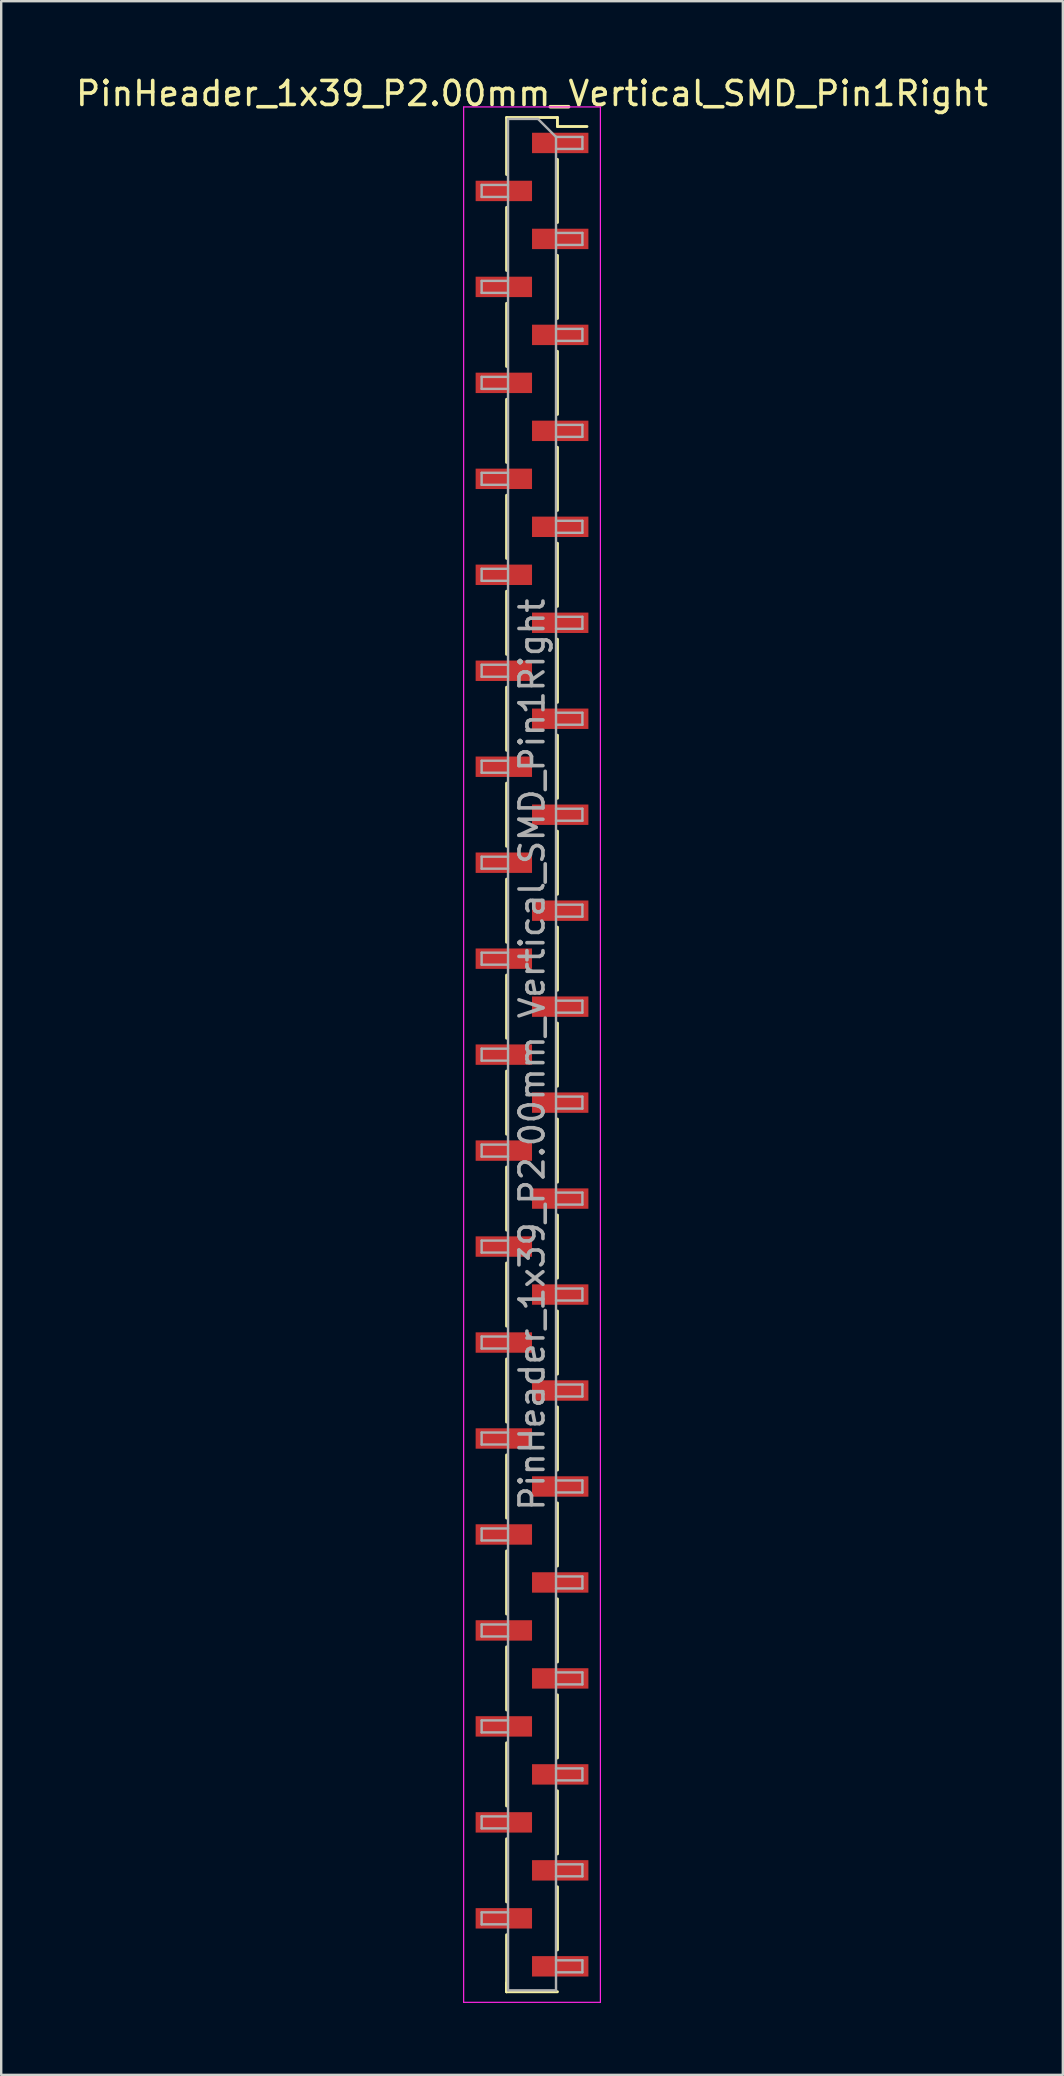
<source format=kicad_pcb>
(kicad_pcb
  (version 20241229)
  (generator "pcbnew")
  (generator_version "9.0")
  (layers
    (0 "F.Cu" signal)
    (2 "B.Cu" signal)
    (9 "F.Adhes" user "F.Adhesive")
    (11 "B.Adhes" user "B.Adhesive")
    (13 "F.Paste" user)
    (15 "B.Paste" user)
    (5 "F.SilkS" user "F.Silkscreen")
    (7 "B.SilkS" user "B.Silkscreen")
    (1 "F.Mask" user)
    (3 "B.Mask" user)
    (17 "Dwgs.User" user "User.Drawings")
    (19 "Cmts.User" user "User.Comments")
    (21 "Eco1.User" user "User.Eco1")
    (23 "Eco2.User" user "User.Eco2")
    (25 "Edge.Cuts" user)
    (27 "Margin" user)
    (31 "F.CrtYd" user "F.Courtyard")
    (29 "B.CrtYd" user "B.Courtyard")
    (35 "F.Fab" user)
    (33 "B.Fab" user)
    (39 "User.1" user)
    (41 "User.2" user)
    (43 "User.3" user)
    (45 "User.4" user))
  (footprint "PinHeader_1x39_P2.00mm_Vertical_SMD_Pin1Right"
    (layer "F.Cu")
    (at 19.125 40.908)
    (property "Reference" "PinHeader_1x39_P2.00mm_Vertical_SMD_Pin1Right" (at 0 -40.06 0) (layer "F.SilkS") (effects (font (size 1 1) (thickness 0.15))))
    (attr smd)
    (fp_line (start -1.06 -39.06) (end -1.06 -36.685) (stroke (width 0.12) (type solid)) (layer "F.SilkS"))
    (fp_line (start -1.06 -39.06) (end 1.06 -39.06) (stroke (width 0.12) (type solid)) (layer "F.SilkS"))
    (fp_line (start -1.06 -35.315) (end -1.06 -32.685) (stroke (width 0.12) (type solid)) (layer "F.SilkS"))
    (fp_line (start -1.06 -31.315) (end -1.06 -28.685) (stroke (width 0.12) (type solid)) (layer "F.SilkS"))
    (fp_line (start -1.06 -27.315) (end -1.06 -24.685) (stroke (width 0.12) (type solid)) (layer "F.SilkS"))
    (fp_line (start -1.06 -23.315) (end -1.06 -20.685) (stroke (width 0.12) (type solid)) (layer "F.SilkS"))
    (fp_line (start -1.06 -19.315) (end -1.06 -16.685) (stroke (width 0.12) (type solid)) (layer "F.SilkS"))
    (fp_line (start -1.06 -15.315) (end -1.06 -12.685) (stroke (width 0.12) (type solid)) (layer "F.SilkS"))
    (fp_line (start -1.06 -11.315) (end -1.06 -8.685) (stroke (width 0.12) (type solid)) (layer "F.SilkS"))
    (fp_line (start -1.06 -7.315) (end -1.06 -4.685) (stroke (width 0.12) (type solid)) (layer "F.SilkS"))
    (fp_line (start -1.06 -3.315) (end -1.06 -0.685) (stroke (width 0.12) (type solid)) (layer "F.SilkS"))
    (fp_line (start -1.06 0.685) (end -1.06 3.315) (stroke (width 0.12) (type solid)) (layer "F.SilkS"))
    (fp_line (start -1.06 4.685) (end -1.06 7.315) (stroke (width 0.12) (type solid)) (layer "F.SilkS"))
    (fp_line (start -1.06 8.685) (end -1.06 11.315) (stroke (width 0.12) (type solid)) (layer "F.SilkS"))
    (fp_line (start -1.06 12.685) (end -1.06 15.315) (stroke (width 0.12) (type solid)) (layer "F.SilkS"))
    (fp_line (start -1.06 16.685) (end -1.06 19.315) (stroke (width 0.12) (type solid)) (layer "F.SilkS"))
    (fp_line (start -1.06 20.685) (end -1.06 23.315) (stroke (width 0.12) (type solid)) (layer "F.SilkS"))
    (fp_line (start -1.06 24.685) (end -1.06 27.315) (stroke (width 0.12) (type solid)) (layer "F.SilkS"))
    (fp_line (start -1.06 28.685) (end -1.06 31.315) (stroke (width 0.12) (type solid)) (layer "F.SilkS"))
    (fp_line (start -1.06 32.685) (end -1.06 35.315) (stroke (width 0.12) (type solid)) (layer "F.SilkS"))
    (fp_line (start -1.06 36.685) (end -1.06 39.06) (stroke (width 0.12) (type solid)) (layer "F.SilkS"))
    (fp_line (start -1.06 38.685) (end -1.06 39.06) (stroke (width 0.12) (type solid)) (layer "F.SilkS"))
    (fp_line (start -1.06 39.06) (end 1.06 39.06) (stroke (width 0.12) (type solid)) (layer "F.SilkS"))
    (fp_line (start 1.06 -39.06) (end 1.06 -38.685) (stroke (width 0.12) (type solid)) (layer "F.SilkS"))
    (fp_line (start 1.06 -38.685) (end 2.29 -38.685) (stroke (width 0.12) (type solid)) (layer "F.SilkS"))
    (fp_line (start 1.06 -37.315) (end 1.06 -34.685) (stroke (width 0.12) (type solid)) (layer "F.SilkS"))
    (fp_line (start 1.06 -33.315) (end 1.06 -30.685) (stroke (width 0.12) (type solid)) (layer "F.SilkS"))
    (fp_line (start 1.06 -29.315) (end 1.06 -26.685) (stroke (width 0.12) (type solid)) (layer "F.SilkS"))
    (fp_line (start 1.06 -25.315) (end 1.06 -22.685) (stroke (width 0.12) (type solid)) (layer "F.SilkS"))
    (fp_line (start 1.06 -21.315) (end 1.06 -18.685) (stroke (width 0.12) (type solid)) (layer "F.SilkS"))
    (fp_line (start 1.06 -17.315) (end 1.06 -14.685) (stroke (width 0.12) (type solid)) (layer "F.SilkS"))
    (fp_line (start 1.06 -13.315) (end 1.06 -10.685) (stroke (width 0.12) (type solid)) (layer "F.SilkS"))
    (fp_line (start 1.06 -9.315) (end 1.06 -6.685) (stroke (width 0.12) (type solid)) (layer "F.SilkS"))
    (fp_line (start 1.06 -5.315) (end 1.06 -2.685) (stroke (width 0.12) (type solid)) (layer "F.SilkS"))
    (fp_line (start 1.06 -1.315) (end 1.06 1.315) (stroke (width 0.12) (type solid)) (layer "F.SilkS"))
    (fp_line (start 1.06 2.685) (end 1.06 5.315) (stroke (width 0.12) (type solid)) (layer "F.SilkS"))
    (fp_line (start 1.06 6.685) (end 1.06 9.315) (stroke (width 0.12) (type solid)) (layer "F.SilkS"))
    (fp_line (start 1.06 10.685) (end 1.06 13.315) (stroke (width 0.12) (type solid)) (layer "F.SilkS"))
    (fp_line (start 1.06 14.685) (end 1.06 17.315) (stroke (width 0.12) (type solid)) (layer "F.SilkS"))
    (fp_line (start 1.06 18.685) (end 1.06 21.315) (stroke (width 0.12) (type solid)) (layer "F.SilkS"))
    (fp_line (start 1.06 22.685) (end 1.06 25.315) (stroke (width 0.12) (type solid)) (layer "F.SilkS"))
    (fp_line (start 1.06 26.685) (end 1.06 29.315) (stroke (width 0.12) (type solid)) (layer "F.SilkS"))
    (fp_line (start 1.06 30.685) (end 1.06 33.315) (stroke (width 0.12) (type solid)) (layer "F.SilkS"))
    (fp_line (start 1.06 34.685) (end 1.06 37.315) (stroke (width 0.12) (type solid)) (layer "F.SilkS"))
    (fp_line (start -2.85 -39.5) (end -2.85 39.5) (stroke (width 0.05) (type solid)) (layer "F.CrtYd"))
    (fp_line (start -2.85 39.5) (end 2.85 39.5) (stroke (width 0.05) (type solid)) (layer "F.CrtYd"))
    (fp_line (start 2.85 -39.5) (end -2.85 -39.5) (stroke (width 0.05) (type solid)) (layer "F.CrtYd"))
    (fp_line (start 2.85 39.5) (end 2.85 -39.5) (stroke (width 0.05) (type solid)) (layer "F.CrtYd"))
    (fp_line (start -2.1 -36.25) (end -2.1 -35.75) (stroke (width 0.1) (type solid)) (layer "F.Fab"))
    (fp_line (start -2.1 -35.75) (end -1 -35.75) (stroke (width 0.1) (type solid)) (layer "F.Fab"))
    (fp_line (start -2.1 -32.25) (end -2.1 -31.75) (stroke (width 0.1) (type solid)) (layer "F.Fab"))
    (fp_line (start -2.1 -31.75) (end -1 -31.75) (stroke (width 0.1) (type solid)) (layer "F.Fab"))
    (fp_line (start -2.1 -28.25) (end -2.1 -27.75) (stroke (width 0.1) (type solid)) (layer "F.Fab"))
    (fp_line (start -2.1 -27.75) (end -1 -27.75) (stroke (width 0.1) (type solid)) (layer "F.Fab"))
    (fp_line (start -2.1 -24.25) (end -2.1 -23.75) (stroke (width 0.1) (type solid)) (layer "F.Fab"))
    (fp_line (start -2.1 -23.75) (end -1 -23.75) (stroke (width 0.1) (type solid)) (layer "F.Fab"))
    (fp_line (start -2.1 -20.25) (end -2.1 -19.75) (stroke (width 0.1) (type solid)) (layer "F.Fab"))
    (fp_line (start -2.1 -19.75) (end -1 -19.75) (stroke (width 0.1) (type solid)) (layer "F.Fab"))
    (fp_line (start -2.1 -16.25) (end -2.1 -15.75) (stroke (width 0.1) (type solid)) (layer "F.Fab"))
    (fp_line (start -2.1 -15.75) (end -1 -15.75) (stroke (width 0.1) (type solid)) (layer "F.Fab"))
    (fp_line (start -2.1 -12.25) (end -2.1 -11.75) (stroke (width 0.1) (type solid)) (layer "F.Fab"))
    (fp_line (start -2.1 -11.75) (end -1 -11.75) (stroke (width 0.1) (type solid)) (layer "F.Fab"))
    (fp_line (start -2.1 -8.25) (end -2.1 -7.75) (stroke (width 0.1) (type solid)) (layer "F.Fab"))
    (fp_line (start -2.1 -7.75) (end -1 -7.75) (stroke (width 0.1) (type solid)) (layer "F.Fab"))
    (fp_line (start -2.1 -4.25) (end -2.1 -3.75) (stroke (width 0.1) (type solid)) (layer "F.Fab"))
    (fp_line (start -2.1 -3.75) (end -1 -3.75) (stroke (width 0.1) (type solid)) (layer "F.Fab"))
    (fp_line (start -2.1 -0.25) (end -2.1 0.25) (stroke (width 0.1) (type solid)) (layer "F.Fab"))
    (fp_line (start -2.1 0.25) (end -1 0.25) (stroke (width 0.1) (type solid)) (layer "F.Fab"))
    (fp_line (start -2.1 3.75) (end -2.1 4.25) (stroke (width 0.1) (type solid)) (layer "F.Fab"))
    (fp_line (start -2.1 4.25) (end -1 4.25) (stroke (width 0.1) (type solid)) (layer "F.Fab"))
    (fp_line (start -2.1 7.75) (end -2.1 8.25) (stroke (width 0.1) (type solid)) (layer "F.Fab"))
    (fp_line (start -2.1 8.25) (end -1 8.25) (stroke (width 0.1) (type solid)) (layer "F.Fab"))
    (fp_line (start -2.1 11.75) (end -2.1 12.25) (stroke (width 0.1) (type solid)) (layer "F.Fab"))
    (fp_line (start -2.1 12.25) (end -1 12.25) (stroke (width 0.1) (type solid)) (layer "F.Fab"))
    (fp_line (start -2.1 15.75) (end -2.1 16.25) (stroke (width 0.1) (type solid)) (layer "F.Fab"))
    (fp_line (start -2.1 16.25) (end -1 16.25) (stroke (width 0.1) (type solid)) (layer "F.Fab"))
    (fp_line (start -2.1 19.75) (end -2.1 20.25) (stroke (width 0.1) (type solid)) (layer "F.Fab"))
    (fp_line (start -2.1 20.25) (end -1 20.25) (stroke (width 0.1) (type solid)) (layer "F.Fab"))
    (fp_line (start -2.1 23.75) (end -2.1 24.25) (stroke (width 0.1) (type solid)) (layer "F.Fab"))
    (fp_line (start -2.1 24.25) (end -1 24.25) (stroke (width 0.1) (type solid)) (layer "F.Fab"))
    (fp_line (start -2.1 27.75) (end -2.1 28.25) (stroke (width 0.1) (type solid)) (layer "F.Fab"))
    (fp_line (start -2.1 28.25) (end -1 28.25) (stroke (width 0.1) (type solid)) (layer "F.Fab"))
    (fp_line (start -2.1 31.75) (end -2.1 32.25) (stroke (width 0.1) (type solid)) (layer "F.Fab"))
    (fp_line (start -2.1 32.25) (end -1 32.25) (stroke (width 0.1) (type solid)) (layer "F.Fab"))
    (fp_line (start -2.1 35.75) (end -2.1 36.25) (stroke (width 0.1) (type solid)) (layer "F.Fab"))
    (fp_line (start -2.1 36.25) (end -1 36.25) (stroke (width 0.1) (type solid)) (layer "F.Fab"))
    (fp_line (start -1 -39) (end -1 39) (stroke (width 0.1) (type solid)) (layer "F.Fab"))
    (fp_line (start -1 -39) (end 0.25 -39) (stroke (width 0.1) (type solid)) (layer "F.Fab"))
    (fp_line (start -1 -36.25) (end -2.1 -36.25) (stroke (width 0.1) (type solid)) (layer "F.Fab"))
    (fp_line (start -1 -32.25) (end -2.1 -32.25) (stroke (width 0.1) (type solid)) (layer "F.Fab"))
    (fp_line (start -1 -28.25) (end -2.1 -28.25) (stroke (width 0.1) (type solid)) (layer "F.Fab"))
    (fp_line (start -1 -24.25) (end -2.1 -24.25) (stroke (width 0.1) (type solid)) (layer "F.Fab"))
    (fp_line (start -1 -20.25) (end -2.1 -20.25) (stroke (width 0.1) (type solid)) (layer "F.Fab"))
    (fp_line (start -1 -16.25) (end -2.1 -16.25) (stroke (width 0.1) (type solid)) (layer "F.Fab"))
    (fp_line (start -1 -12.25) (end -2.1 -12.25) (stroke (width 0.1) (type solid)) (layer "F.Fab"))
    (fp_line (start -1 -8.25) (end -2.1 -8.25) (stroke (width 0.1) (type solid)) (layer "F.Fab"))
    (fp_line (start -1 -4.25) (end -2.1 -4.25) (stroke (width 0.1) (type solid)) (layer "F.Fab"))
    (fp_line (start -1 -0.25) (end -2.1 -0.25) (stroke (width 0.1) (type solid)) (layer "F.Fab"))
    (fp_line (start -1 3.75) (end -2.1 3.75) (stroke (width 0.1) (type solid)) (layer "F.Fab"))
    (fp_line (start -1 7.75) (end -2.1 7.75) (stroke (width 0.1) (type solid)) (layer "F.Fab"))
    (fp_line (start -1 11.75) (end -2.1 11.75) (stroke (width 0.1) (type solid)) (layer "F.Fab"))
    (fp_line (start -1 15.75) (end -2.1 15.75) (stroke (width 0.1) (type solid)) (layer "F.Fab"))
    (fp_line (start -1 19.75) (end -2.1 19.75) (stroke (width 0.1) (type solid)) (layer "F.Fab"))
    (fp_line (start -1 23.75) (end -2.1 23.75) (stroke (width 0.1) (type solid)) (layer "F.Fab"))
    (fp_line (start -1 27.75) (end -2.1 27.75) (stroke (width 0.1) (type solid)) (layer "F.Fab"))
    (fp_line (start -1 31.75) (end -2.1 31.75) (stroke (width 0.1) (type solid)) (layer "F.Fab"))
    (fp_line (start -1 35.75) (end -2.1 35.75) (stroke (width 0.1) (type solid)) (layer "F.Fab"))
    (fp_line (start 1 -38.25) (end 0.25 -39) (stroke (width 0.1) (type solid)) (layer "F.Fab"))
    (fp_line (start 1 -38.25) (end 2.1 -38.25) (stroke (width 0.1) (type solid)) (layer "F.Fab"))
    (fp_line (start 1 -34.25) (end 2.1 -34.25) (stroke (width 0.1) (type solid)) (layer "F.Fab"))
    (fp_line (start 1 -30.25) (end 2.1 -30.25) (stroke (width 0.1) (type solid)) (layer "F.Fab"))
    (fp_line (start 1 -26.25) (end 2.1 -26.25) (stroke (width 0.1) (type solid)) (layer "F.Fab"))
    (fp_line (start 1 -22.25) (end 2.1 -22.25) (stroke (width 0.1) (type solid)) (layer "F.Fab"))
    (fp_line (start 1 -18.25) (end 2.1 -18.25) (stroke (width 0.1) (type solid)) (layer "F.Fab"))
    (fp_line (start 1 -14.25) (end 2.1 -14.25) (stroke (width 0.1) (type solid)) (layer "F.Fab"))
    (fp_line (start 1 -10.25) (end 2.1 -10.25) (stroke (width 0.1) (type solid)) (layer "F.Fab"))
    (fp_line (start 1 -6.25) (end 2.1 -6.25) (stroke (width 0.1) (type solid)) (layer "F.Fab"))
    (fp_line (start 1 -2.25) (end 2.1 -2.25) (stroke (width 0.1) (type solid)) (layer "F.Fab"))
    (fp_line (start 1 1.75) (end 2.1 1.75) (stroke (width 0.1) (type solid)) (layer "F.Fab"))
    (fp_line (start 1 5.75) (end 2.1 5.75) (stroke (width 0.1) (type solid)) (layer "F.Fab"))
    (fp_line (start 1 9.75) (end 2.1 9.75) (stroke (width 0.1) (type solid)) (layer "F.Fab"))
    (fp_line (start 1 13.75) (end 2.1 13.75) (stroke (width 0.1) (type solid)) (layer "F.Fab"))
    (fp_line (start 1 17.75) (end 2.1 17.75) (stroke (width 0.1) (type solid)) (layer "F.Fab"))
    (fp_line (start 1 21.75) (end 2.1 21.75) (stroke (width 0.1) (type solid)) (layer "F.Fab"))
    (fp_line (start 1 25.75) (end 2.1 25.75) (stroke (width 0.1) (type solid)) (layer "F.Fab"))
    (fp_line (start 1 29.75) (end 2.1 29.75) (stroke (width 0.1) (type solid)) (layer "F.Fab"))
    (fp_line (start 1 33.75) (end 2.1 33.75) (stroke (width 0.1) (type solid)) (layer "F.Fab"))
    (fp_line (start 1 37.75) (end 2.1 37.75) (stroke (width 0.1) (type solid)) (layer "F.Fab"))
    (fp_line (start 1 39) (end -1 39) (stroke (width 0.1) (type solid)) (layer "F.Fab"))
    (fp_line (start 1 39) (end 1 -38.25) (stroke (width 0.1) (type solid)) (layer "F.Fab"))
    (fp_line (start 2.1 -38.25) (end 2.1 -37.75) (stroke (width 0.1) (type solid)) (layer "F.Fab"))
    (fp_line (start 2.1 -37.75) (end 1 -37.75) (stroke (width 0.1) (type solid)) (layer "F.Fab"))
    (fp_line (start 2.1 -34.25) (end 2.1 -33.75) (stroke (width 0.1) (type solid)) (layer "F.Fab"))
    (fp_line (start 2.1 -33.75) (end 1 -33.75) (stroke (width 0.1) (type solid)) (layer "F.Fab"))
    (fp_line (start 2.1 -30.25) (end 2.1 -29.75) (stroke (width 0.1) (type solid)) (layer "F.Fab"))
    (fp_line (start 2.1 -29.75) (end 1 -29.75) (stroke (width 0.1) (type solid)) (layer "F.Fab"))
    (fp_line (start 2.1 -26.25) (end 2.1 -25.75) (stroke (width 0.1) (type solid)) (layer "F.Fab"))
    (fp_line (start 2.1 -25.75) (end 1 -25.75) (stroke (width 0.1) (type solid)) (layer "F.Fab"))
    (fp_line (start 2.1 -22.25) (end 2.1 -21.75) (stroke (width 0.1) (type solid)) (layer "F.Fab"))
    (fp_line (start 2.1 -21.75) (end 1 -21.75) (stroke (width 0.1) (type solid)) (layer "F.Fab"))
    (fp_line (start 2.1 -18.25) (end 2.1 -17.75) (stroke (width 0.1) (type solid)) (layer "F.Fab"))
    (fp_line (start 2.1 -17.75) (end 1 -17.75) (stroke (width 0.1) (type solid)) (layer "F.Fab"))
    (fp_line (start 2.1 -14.25) (end 2.1 -13.75) (stroke (width 0.1) (type solid)) (layer "F.Fab"))
    (fp_line (start 2.1 -13.75) (end 1 -13.75) (stroke (width 0.1) (type solid)) (layer "F.Fab"))
    (fp_line (start 2.1 -10.25) (end 2.1 -9.75) (stroke (width 0.1) (type solid)) (layer "F.Fab"))
    (fp_line (start 2.1 -9.75) (end 1 -9.75) (stroke (width 0.1) (type solid)) (layer "F.Fab"))
    (fp_line (start 2.1 -6.25) (end 2.1 -5.75) (stroke (width 0.1) (type solid)) (layer "F.Fab"))
    (fp_line (start 2.1 -5.75) (end 1 -5.75) (stroke (width 0.1) (type solid)) (layer "F.Fab"))
    (fp_line (start 2.1 -2.25) (end 2.1 -1.75) (stroke (width 0.1) (type solid)) (layer "F.Fab"))
    (fp_line (start 2.1 -1.75) (end 1 -1.75) (stroke (width 0.1) (type solid)) (layer "F.Fab"))
    (fp_line (start 2.1 1.75) (end 2.1 2.25) (stroke (width 0.1) (type solid)) (layer "F.Fab"))
    (fp_line (start 2.1 2.25) (end 1 2.25) (stroke (width 0.1) (type solid)) (layer "F.Fab"))
    (fp_line (start 2.1 5.75) (end 2.1 6.25) (stroke (width 0.1) (type solid)) (layer "F.Fab"))
    (fp_line (start 2.1 6.25) (end 1 6.25) (stroke (width 0.1) (type solid)) (layer "F.Fab"))
    (fp_line (start 2.1 9.75) (end 2.1 10.25) (stroke (width 0.1) (type solid)) (layer "F.Fab"))
    (fp_line (start 2.1 10.25) (end 1 10.25) (stroke (width 0.1) (type solid)) (layer "F.Fab"))
    (fp_line (start 2.1 13.75) (end 2.1 14.25) (stroke (width 0.1) (type solid)) (layer "F.Fab"))
    (fp_line (start 2.1 14.25) (end 1 14.25) (stroke (width 0.1) (type solid)) (layer "F.Fab"))
    (fp_line (start 2.1 17.75) (end 2.1 18.25) (stroke (width 0.1) (type solid)) (layer "F.Fab"))
    (fp_line (start 2.1 18.25) (end 1 18.25) (stroke (width 0.1) (type solid)) (layer "F.Fab"))
    (fp_line (start 2.1 21.75) (end 2.1 22.25) (stroke (width 0.1) (type solid)) (layer "F.Fab"))
    (fp_line (start 2.1 22.25) (end 1 22.25) (stroke (width 0.1) (type solid)) (layer "F.Fab"))
    (fp_line (start 2.1 25.75) (end 2.1 26.25) (stroke (width 0.1) (type solid)) (layer "F.Fab"))
    (fp_line (start 2.1 26.25) (end 1 26.25) (stroke (width 0.1) (type solid)) (layer "F.Fab"))
    (fp_line (start 2.1 29.75) (end 2.1 30.25) (stroke (width 0.1) (type solid)) (layer "F.Fab"))
    (fp_line (start 2.1 30.25) (end 1 30.25) (stroke (width 0.1) (type solid)) (layer "F.Fab"))
    (fp_line (start 2.1 33.75) (end 2.1 34.25) (stroke (width 0.1) (type solid)) (layer "F.Fab"))
    (fp_line (start 2.1 34.25) (end 1 34.25) (stroke (width 0.1) (type solid)) (layer "F.Fab"))
    (fp_line (start 2.1 37.75) (end 2.1 38.25) (stroke (width 0.1) (type solid)) (layer "F.Fab"))
    (fp_line (start 2.1 38.25) (end 1 38.25) (stroke (width 0.1) (type solid)) (layer "F.Fab"))
    (fp_text user "${REFERENCE}" (at 0 0 90) (layer "F.Fab") (effects (font (size 1 1) (thickness 0.15))))
    (pad "1" smd rect (at 1.175 -38) (size 2.35 0.85) (layers "F.Cu" "F.Mask" "F.Paste"))
    (pad "2" smd rect (at -1.175 -36) (size 2.35 0.85) (layers "F.Cu" "F.Mask" "F.Paste"))
    (pad "3" smd rect (at 1.175 -34) (size 2.35 0.85) (layers "F.Cu" "F.Mask" "F.Paste"))
    (pad "4" smd rect (at -1.175 -32) (size 2.35 0.85) (layers "F.Cu" "F.Mask" "F.Paste"))
    (pad "5" smd rect (at 1.175 -30) (size 2.35 0.85) (layers "F.Cu" "F.Mask" "F.Paste"))
    (pad "6" smd rect (at -1.175 -28) (size 2.35 0.85) (layers "F.Cu" "F.Mask" "F.Paste"))
    (pad "7" smd rect (at 1.175 -26) (size 2.35 0.85) (layers "F.Cu" "F.Mask" "F.Paste"))
    (pad "8" smd rect (at -1.175 -24) (size 2.35 0.85) (layers "F.Cu" "F.Mask" "F.Paste"))
    (pad "9" smd rect (at 1.175 -22) (size 2.35 0.85) (layers "F.Cu" "F.Mask" "F.Paste"))
    (pad "10" smd rect (at -1.175 -20) (size 2.35 0.85) (layers "F.Cu" "F.Mask" "F.Paste"))
    (pad "11" smd rect (at 1.175 -18) (size 2.35 0.85) (layers "F.Cu" "F.Mask" "F.Paste"))
    (pad "12" smd rect (at -1.175 -16) (size 2.35 0.85) (layers "F.Cu" "F.Mask" "F.Paste"))
    (pad "13" smd rect (at 1.175 -14) (size 2.35 0.85) (layers "F.Cu" "F.Mask" "F.Paste"))
    (pad "14" smd rect (at -1.175 -12) (size 2.35 0.85) (layers "F.Cu" "F.Mask" "F.Paste"))
    (pad "15" smd rect (at 1.175 -10) (size 2.35 0.85) (layers "F.Cu" "F.Mask" "F.Paste"))
    (pad "16" smd rect (at -1.175 -8) (size 2.35 0.85) (layers "F.Cu" "F.Mask" "F.Paste"))
    (pad "17" smd rect (at 1.175 -6) (size 2.35 0.85) (layers "F.Cu" "F.Mask" "F.Paste"))
    (pad "18" smd rect (at -1.175 -4) (size 2.35 0.85) (layers "F.Cu" "F.Mask" "F.Paste"))
    (pad "19" smd rect (at 1.175 -2) (size 2.35 0.85) (layers "F.Cu" "F.Mask" "F.Paste"))
    (pad "20" smd rect (at -1.175 0) (size 2.35 0.85) (layers "F.Cu" "F.Mask" "F.Paste"))
    (pad "21" smd rect (at 1.175 2) (size 2.35 0.85) (layers "F.Cu" "F.Mask" "F.Paste"))
    (pad "22" smd rect (at -1.175 4) (size 2.35 0.85) (layers "F.Cu" "F.Mask" "F.Paste"))
    (pad "23" smd rect (at 1.175 6) (size 2.35 0.85) (layers "F.Cu" "F.Mask" "F.Paste"))
    (pad "24" smd rect (at -1.175 8) (size 2.35 0.85) (layers "F.Cu" "F.Mask" "F.Paste"))
    (pad "25" smd rect (at 1.175 10) (size 2.35 0.85) (layers "F.Cu" "F.Mask" "F.Paste"))
    (pad "26" smd rect (at -1.175 12) (size 2.35 0.85) (layers "F.Cu" "F.Mask" "F.Paste"))
    (pad "27" smd rect (at 1.175 14) (size 2.35 0.85) (layers "F.Cu" "F.Mask" "F.Paste"))
    (pad "28" smd rect (at -1.175 16) (size 2.35 0.85) (layers "F.Cu" "F.Mask" "F.Paste"))
    (pad "29" smd rect (at 1.175 18) (size 2.35 0.85) (layers "F.Cu" "F.Mask" "F.Paste"))
    (pad "30" smd rect (at -1.175 20) (size 2.35 0.85) (layers "F.Cu" "F.Mask" "F.Paste"))
    (pad "31" smd rect (at 1.175 22) (size 2.35 0.85) (layers "F.Cu" "F.Mask" "F.Paste"))
    (pad "32" smd rect (at -1.175 24) (size 2.35 0.85) (layers "F.Cu" "F.Mask" "F.Paste"))
    (pad "33" smd rect (at 1.175 26) (size 2.35 0.85) (layers "F.Cu" "F.Mask" "F.Paste"))
    (pad "34" smd rect (at -1.175 28) (size 2.35 0.85) (layers "F.Cu" "F.Mask" "F.Paste"))
    (pad "35" smd rect (at 1.175 30) (size 2.35 0.85) (layers "F.Cu" "F.Mask" "F.Paste"))
    (pad "36" smd rect (at -1.175 32) (size 2.35 0.85) (layers "F.Cu" "F.Mask" "F.Paste"))
    (pad "37" smd rect (at 1.175 34) (size 2.35 0.85) (layers "F.Cu" "F.Mask" "F.Paste"))
    (pad "38" smd rect (at -1.175 36) (size 2.35 0.85) (layers "F.Cu" "F.Mask" "F.Paste"))
    (pad "39" smd rect (at 1.175 38) (size 2.35 0.85) (layers "F.Cu" "F.Mask" "F.Paste")))
  (gr_rect
    (start -3 -3)
    (end 41.25 83.433)
    (stroke (width 0.1) (type default))
    (fill no)
    (layer "Edge.Cuts")))
</source>
